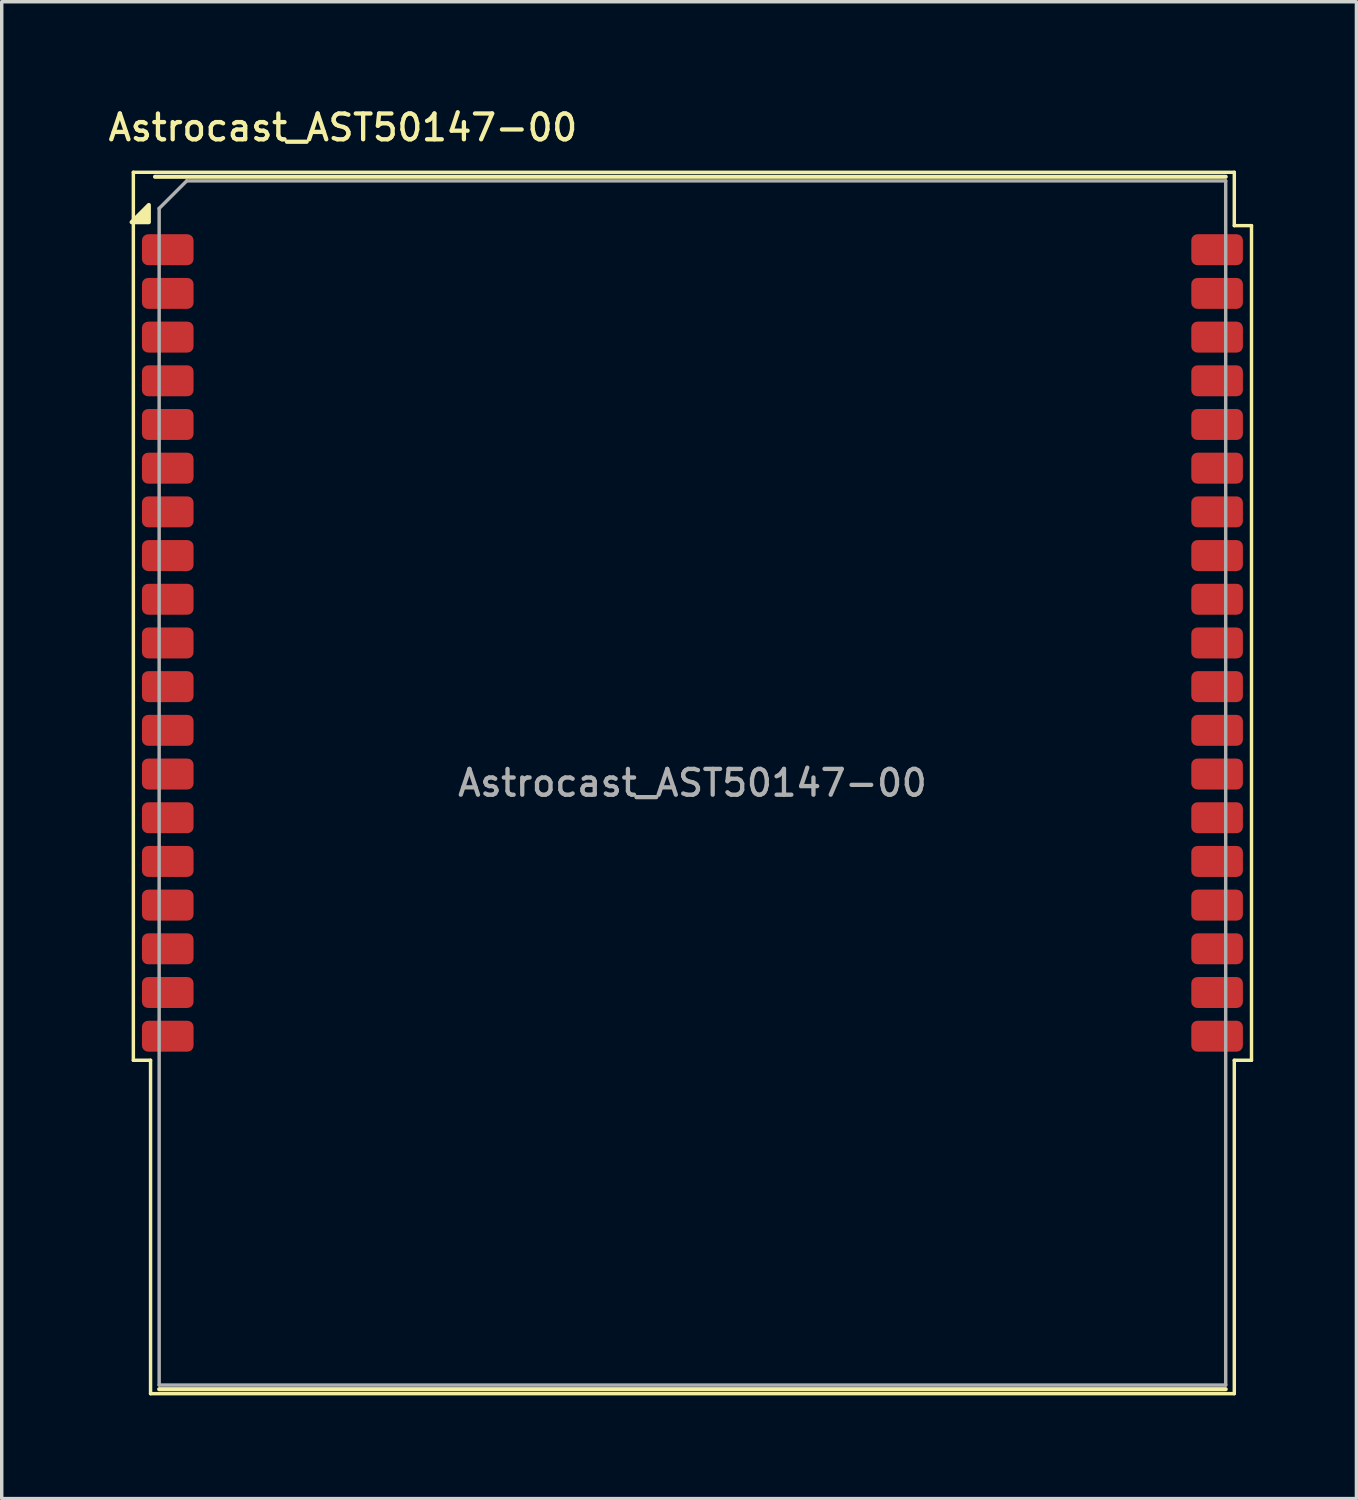
<source format=kicad_pcb>
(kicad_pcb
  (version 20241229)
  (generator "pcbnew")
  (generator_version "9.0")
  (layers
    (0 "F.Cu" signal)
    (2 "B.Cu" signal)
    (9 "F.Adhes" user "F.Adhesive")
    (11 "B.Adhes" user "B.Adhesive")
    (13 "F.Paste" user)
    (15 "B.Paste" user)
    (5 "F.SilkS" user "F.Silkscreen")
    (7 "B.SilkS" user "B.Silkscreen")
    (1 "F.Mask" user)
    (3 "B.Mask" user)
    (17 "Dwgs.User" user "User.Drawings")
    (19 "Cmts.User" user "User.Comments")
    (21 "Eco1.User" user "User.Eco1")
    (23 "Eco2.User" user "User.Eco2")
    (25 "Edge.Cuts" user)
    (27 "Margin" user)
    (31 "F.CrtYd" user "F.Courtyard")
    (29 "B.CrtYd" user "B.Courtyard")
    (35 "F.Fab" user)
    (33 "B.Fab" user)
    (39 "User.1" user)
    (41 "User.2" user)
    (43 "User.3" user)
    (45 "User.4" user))
  (footprint "Astrocast_AST50147-00"
    (layer "F.Cu")
    (at 17.076 19.708)
    (property "Reference" "Astrocast_AST50147-00" (at -10.16 -19.05 0) (unlocked yes) (layer "F.SilkS") (effects (font (size 0.75 0.75) (thickness 0.125))))
    (attr smd)
    (fp_line (start -16.25 -17.75) (end -16.25 8.06) (stroke (width 0.1) (type default)) (layer "F.SilkS"))
    (fp_line (start -16.25 -17.75) (end 15.75 -17.75) (stroke (width 0.1) (type default)) (layer "F.SilkS"))
    (fp_line (start -16.25 8.06) (end -15.75 8.06) (stroke (width 0.1) (type default)) (layer "F.SilkS"))
    (fp_line (start -15.75 8.06) (end -15.75 17.75) (stroke (width 0.1) (type default)) (layer "F.SilkS"))
    (fp_line (start -15.75 17.75) (end 15.75 17.75) (stroke (width 0.1) (type default)) (layer "F.SilkS"))
    (fp_line (start -15.62 -17.62) (end 15.5 -17.62) (stroke (width 0.12) (type solid)) (layer "F.SilkS"))
    (fp_line (start -15.5 17.62) (end 15.5 17.62) (stroke (width 0.12) (type solid)) (layer "F.SilkS"))
    (fp_line (start 15.75 -16.2) (end 15.75 -17.75) (stroke (width 0.1) (type default)) (layer "F.SilkS"))
    (fp_line (start 15.75 8.06) (end 15.75 17.75) (stroke (width 0.1) (type default)) (layer "F.SilkS"))
    (fp_line (start 16.25 -16.2) (end 15.75 -16.2) (stroke (width 0.1) (type default)) (layer "F.SilkS"))
    (fp_line (start 16.25 8.06) (end 15.75 8.06) (stroke (width 0.1) (type default)) (layer "F.SilkS"))
    (fp_line (start 16.25 8.06) (end 16.25 -16.2) (stroke (width 0.1) (type default)) (layer "F.SilkS"))
    (fp_poly (pts (xy -15.8 -16.3) (xy -16.3 -16.3) (xy -15.8 -16.8) (xy -15.8 -16.3)) (stroke (width 0.12) (type solid)) (fill yes) (layer "F.SilkS"))
    (fp_line (start -15.5 -16.7) (end -15.5 17.5) (stroke (width 0.1) (type solid)) (layer "F.Fab"))
    (fp_line (start -15.5 17.5) (end 15.5 17.5) (stroke (width 0.1) (type solid)) (layer "F.Fab"))
    (fp_line (start -14.7 -17.5) (end -15.5 -16.7) (stroke (width 0.1) (type solid)) (layer "F.Fab"))
    (fp_line (start -14.7 -17.5) (end 15.5 -17.5) (stroke (width 0.1) (type solid)) (layer "F.Fab"))
    (fp_line (start 15.5 -17.5) (end 15.5 17.5) (stroke (width 0.1) (type solid)) (layer "F.Fab"))
    (fp_text user "${REFERENCE}" (at 0 0 0) (unlocked yes) (layer "F.Fab") (effects (font (size 0.75 0.75) (thickness 0.125))))
    (pad "1" smd roundrect (at -15.25 -15.5) (size 1.5 0.9) (layers "F.Cu" "F.Mask" "F.Paste") (roundrect_rratio 0.2))
    (pad "2" smd roundrect (at -15.25 -14.23) (size 1.5 0.9) (layers "F.Cu" "F.Mask" "F.Paste") (roundrect_rratio 0.2))
    (pad "3" smd roundrect (at -15.25 -12.96) (size 1.5 0.9) (layers "F.Cu" "F.Mask" "F.Paste") (roundrect_rratio 0.2))
    (pad "4" smd roundrect (at -15.25 -11.69) (size 1.5 0.9) (layers "F.Cu" "F.Mask" "F.Paste") (roundrect_rratio 0.2))
    (pad "5" smd roundrect (at -15.25 -10.42) (size 1.5 0.9) (layers "F.Cu" "F.Mask" "F.Paste") (roundrect_rratio 0.2))
    (pad "6" smd roundrect (at -15.25 -9.15) (size 1.5 0.9) (layers "F.Cu" "F.Mask" "F.Paste") (roundrect_rratio 0.2))
    (pad "7" smd roundrect (at -15.25 -7.88) (size 1.5 0.9) (layers "F.Cu" "F.Mask" "F.Paste") (roundrect_rratio 0.2))
    (pad "8" smd roundrect (at -15.25 -6.61) (size 1.5 0.9) (layers "F.Cu" "F.Mask" "F.Paste") (roundrect_rratio 0.2))
    (pad "9" smd roundrect (at -15.25 -5.34) (size 1.5 0.9) (layers "F.Cu" "F.Mask" "F.Paste") (roundrect_rratio 0.2))
    (pad "10" smd roundrect (at -15.25 -4.07) (size 1.5 0.9) (layers "F.Cu" "F.Mask" "F.Paste") (roundrect_rratio 0.2))
    (pad "11" smd roundrect (at -15.25 -2.8) (size 1.5 0.9) (layers "F.Cu" "F.Mask" "F.Paste") (roundrect_rratio 0.2))
    (pad "12" smd roundrect (at -15.25 -1.53) (size 1.5 0.9) (layers "F.Cu" "F.Mask" "F.Paste") (roundrect_rratio 0.2))
    (pad "13" smd roundrect (at -15.25 -0.26) (size 1.5 0.9) (layers "F.Cu" "F.Mask" "F.Paste") (roundrect_rratio 0.2))
    (pad "14" smd roundrect (at -15.25 1.01) (size 1.5 0.9) (layers "F.Cu" "F.Mask" "F.Paste") (roundrect_rratio 0.2))
    (pad "15" smd roundrect (at -15.25 2.28) (size 1.5 0.9) (layers "F.Cu" "F.Mask" "F.Paste") (roundrect_rratio 0.2))
    (pad "16" smd roundrect (at -15.25 3.55) (size 1.5 0.9) (layers "F.Cu" "F.Mask" "F.Paste") (roundrect_rratio 0.2))
    (pad "17" smd roundrect (at -15.25 4.82) (size 1.5 0.9) (layers "F.Cu" "F.Mask" "F.Paste") (roundrect_rratio 0.2))
    (pad "18" smd roundrect (at -15.25 6.09) (size 1.5 0.9) (layers "F.Cu" "F.Mask" "F.Paste") (roundrect_rratio 0.2))
    (pad "19" smd roundrect (at -15.25 7.36) (size 1.5 0.9) (layers "F.Cu" "F.Mask" "F.Paste") (roundrect_rratio 0.2))
    (pad "20" smd roundrect (at 15.25 7.36) (size 1.5 0.9) (layers "F.Cu" "F.Mask" "F.Paste") (roundrect_rratio 0.2))
    (pad "21" smd roundrect (at 15.25 6.09) (size 1.5 0.9) (layers "F.Cu" "F.Mask" "F.Paste") (roundrect_rratio 0.2))
    (pad "22" smd roundrect (at 15.25 4.82) (size 1.5 0.9) (layers "F.Cu" "F.Mask" "F.Paste") (roundrect_rratio 0.2))
    (pad "23" smd roundrect (at 15.25 3.55) (size 1.5 0.9) (layers "F.Cu" "F.Mask" "F.Paste") (roundrect_rratio 0.2))
    (pad "24" smd roundrect (at 15.25 2.28) (size 1.5 0.9) (layers "F.Cu" "F.Mask" "F.Paste") (roundrect_rratio 0.2))
    (pad "25" smd roundrect (at 15.25 1.01) (size 1.5 0.9) (layers "F.Cu" "F.Mask" "F.Paste") (roundrect_rratio 0.2))
    (pad "26" smd roundrect (at 15.25 -0.26) (size 1.5 0.9) (layers "F.Cu" "F.Mask" "F.Paste") (roundrect_rratio 0.2))
    (pad "27" smd roundrect (at 15.25 -1.53) (size 1.5 0.9) (layers "F.Cu" "F.Mask" "F.Paste") (roundrect_rratio 0.2))
    (pad "28" smd roundrect (at 15.25 -2.8) (size 1.5 0.9) (layers "F.Cu" "F.Mask" "F.Paste") (roundrect_rratio 0.2))
    (pad "29" smd roundrect (at 15.25 -4.07) (size 1.5 0.9) (layers "F.Cu" "F.Mask" "F.Paste") (roundrect_rratio 0.2))
    (pad "30" smd roundrect (at 15.25 -5.34) (size 1.5 0.9) (layers "F.Cu" "F.Mask" "F.Paste") (roundrect_rratio 0.2))
    (pad "31" smd roundrect (at 15.25 -6.61) (size 1.5 0.9) (layers "F.Cu" "F.Mask" "F.Paste") (roundrect_rratio 0.2))
    (pad "32" smd roundrect (at 15.25 -7.88) (size 1.5 0.9) (layers "F.Cu" "F.Mask" "F.Paste") (roundrect_rratio 0.2))
    (pad "33" smd roundrect (at 15.25 -9.15) (size 1.5 0.9) (layers "F.Cu" "F.Mask" "F.Paste") (roundrect_rratio 0.2))
    (pad "34" smd roundrect (at 15.25 -10.42) (size 1.5 0.9) (layers "F.Cu" "F.Mask" "F.Paste") (roundrect_rratio 0.2))
    (pad "35" smd roundrect (at 15.25 -11.69) (size 1.5 0.9) (layers "F.Cu" "F.Mask" "F.Paste") (roundrect_rratio 0.2))
    (pad "36" smd roundrect (at 15.25 -12.96) (size 1.5 0.9) (layers "F.Cu" "F.Mask" "F.Paste") (roundrect_rratio 0.2))
    (pad "37" smd roundrect (at 15.25 -14.23) (size 1.5 0.9) (layers "F.Cu" "F.Mask" "F.Paste") (roundrect_rratio 0.2))
    (pad "38" smd roundrect (at 15.25 -15.5) (size 1.5 0.9) (layers "F.Cu" "F.Mask" "F.Paste") (roundrect_rratio 0.2))
    (zone (net_name "") (layer "F.Cu") (name "Tracks, vias and pads Keep Out") (hatch full 0.5) (connect_pads) (min_thickness 0.25) (filled_areas_thickness no) (keepout (tracks not_allowed) (vias not_allowed) (pads not_allowed) (copperpour allowed) (footprints allowed)) (placement (enabled no)) (fill) (polygon (pts (xy 1.526 3.708) (xy 2.626 3.708) (xy 2.626 27.568) (xy 1.526 27.568) (xy 1.526 37.258) (xy 32.626 37.258) (xy 32.626 27.568) (xy 31.526 27.568) (xy 31.526 3.708) (xy 32.626 3.708) (xy 32.626 2.158) (xy 1.526 2.158)))))
  (gr_rect
    (start -3 -3)
    (end 36.376 40.508)
    (stroke (width 0.1) (type default))
    (fill no)
    (layer "Edge.Cuts")))
</source>
